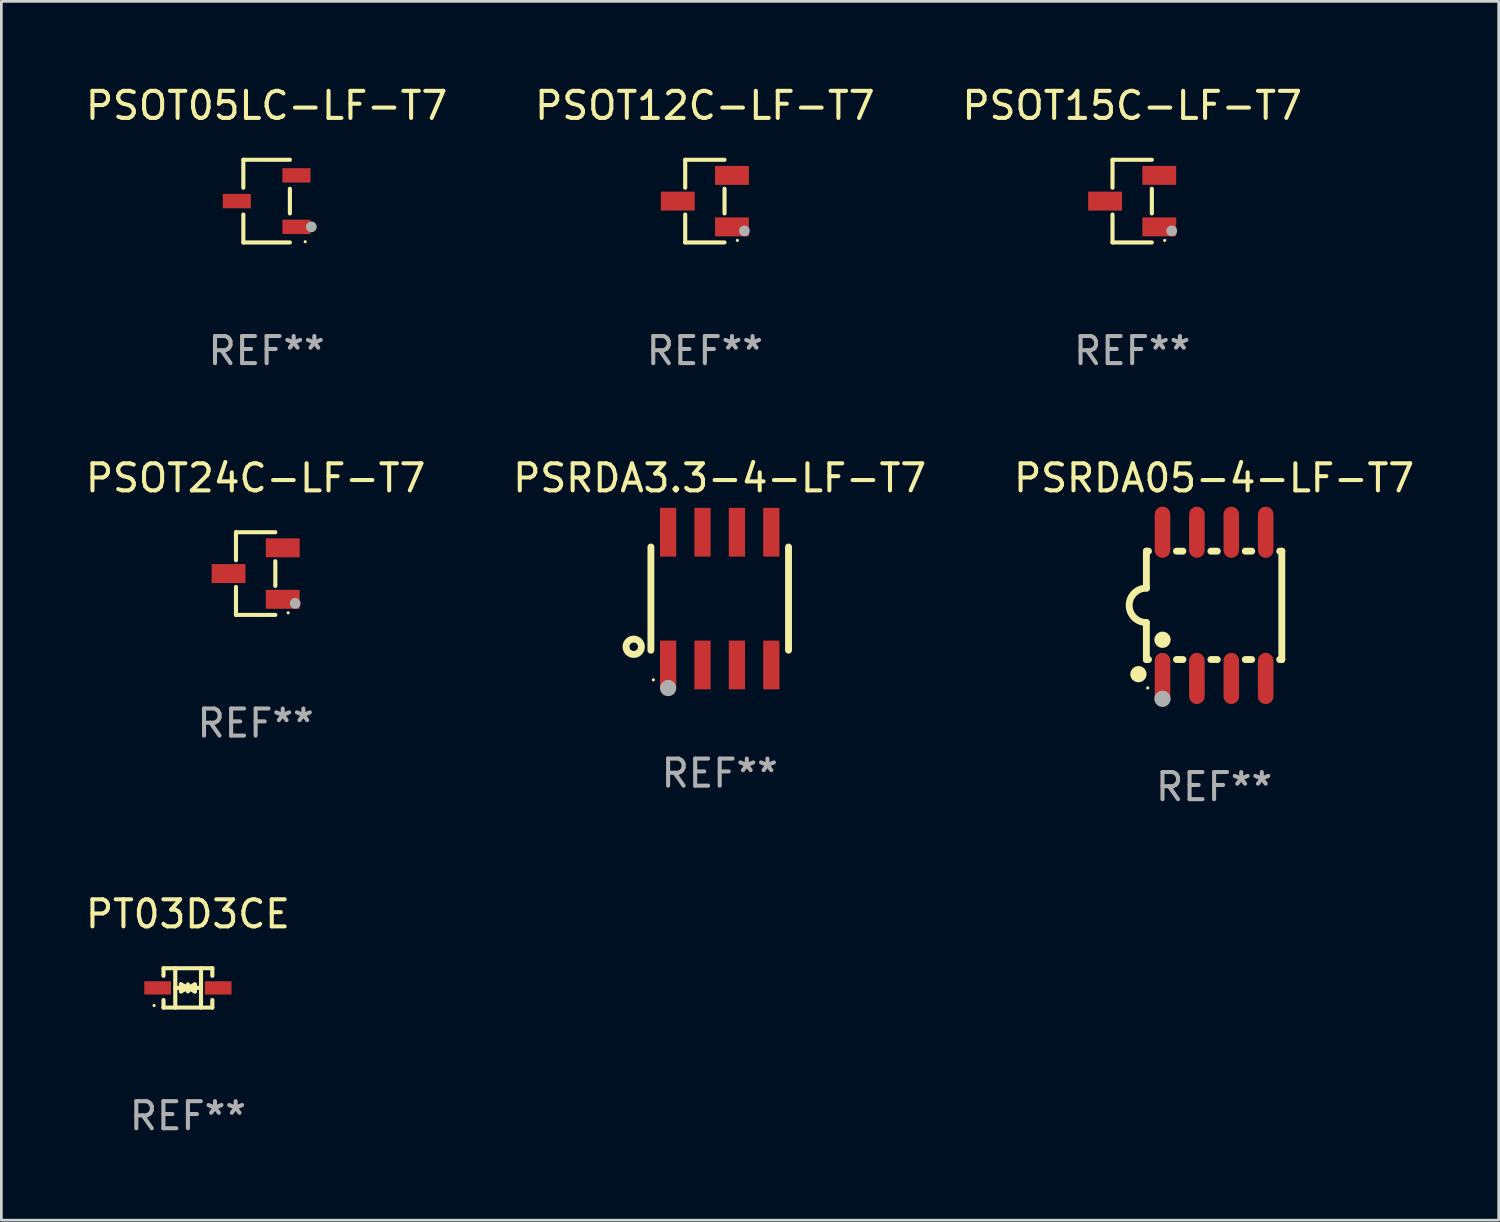
<source format=kicad_pcb>
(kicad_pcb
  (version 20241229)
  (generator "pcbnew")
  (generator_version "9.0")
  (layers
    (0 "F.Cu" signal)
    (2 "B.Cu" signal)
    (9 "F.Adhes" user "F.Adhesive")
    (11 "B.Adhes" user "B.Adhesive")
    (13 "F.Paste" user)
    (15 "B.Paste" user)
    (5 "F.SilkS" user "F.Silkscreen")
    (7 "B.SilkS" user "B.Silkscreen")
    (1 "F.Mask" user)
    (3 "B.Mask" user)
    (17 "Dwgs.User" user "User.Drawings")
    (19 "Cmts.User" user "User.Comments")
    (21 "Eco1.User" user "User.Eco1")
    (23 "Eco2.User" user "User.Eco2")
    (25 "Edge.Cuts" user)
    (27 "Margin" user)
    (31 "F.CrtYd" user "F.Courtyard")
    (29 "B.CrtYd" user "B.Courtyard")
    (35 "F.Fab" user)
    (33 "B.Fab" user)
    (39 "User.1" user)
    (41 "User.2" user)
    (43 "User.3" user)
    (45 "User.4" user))
  (footprint "PT03D3CE"
    (layer "F.Cu")
    (at 3.887 33.418)
    (property "Reference" "PT03D3CE" (at 0 -2.726 0) (layer "F.SilkS") (effects (font (size 1 1) (thickness 0.15))))
    (attr through_hole)
    (fp_line (start -0.901 -0.726) (end -0.901 -0.448) (stroke (width 0.152) (type solid)) (layer "F.SilkS"))
    (fp_line (start -0.901 0.726) (end -0.901 0.448) (stroke (width 0.152) (type solid)) (layer "F.SilkS"))
    (fp_line (start -0.467 0) (end 0.483 -0.003) (stroke (width 0.154) (type solid)) (layer "F.SilkS"))
    (fp_line (start -0.467 0.726) (end -0.467 -0.726) (stroke (width 0.152) (type solid)) (layer "F.SilkS"))
    (fp_line (start -0.254 -0.127) (end -0.254 -0.127) (stroke (width 0.154) (type solid)) (layer "F.SilkS"))
    (fp_line (start -0.254 -0.127) (end -0.002 -0.003) (stroke (width 0.154) (type solid)) (layer "F.SilkS"))
    (fp_line (start -0.254 0.127) (end -0.254 -0.127) (stroke (width 0.154) (type solid)) (layer "F.SilkS"))
    (fp_line (start -0.127 0) (end 0.003 0) (stroke (width 0.154) (type solid)) (layer "F.SilkS"))
    (fp_line (start -0.003 0) (end -0.254 0.127) (stroke (width 0.154) (type solid)) (layer "F.SilkS"))
    (fp_line (start 0 -0.127) (end 0 0.127) (stroke (width 0.154) (type solid)) (layer "F.SilkS"))
    (fp_line (start 0.003 0) (end 0.254 -0.127) (stroke (width 0.154) (type solid)) (layer "F.SilkS"))
    (fp_line (start 0.127 0) (end -0.003 0) (stroke (width 0.154) (type solid)) (layer "F.SilkS"))
    (fp_line (start 0.254 -0.127) (end 0.254 0.127) (stroke (width 0.154) (type solid)) (layer "F.SilkS"))
    (fp_line (start 0.254 0.127) (end 0.002 0.003) (stroke (width 0.154) (type solid)) (layer "F.SilkS"))
    (fp_line (start 0.254 0.127) (end 0.254 0.127) (stroke (width 0.154) (type solid)) (layer "F.SilkS"))
    (fp_line (start 0.483 0.726) (end 0.483 -0.726) (stroke (width 0.152) (type solid)) (layer "F.SilkS"))
    (fp_line (start 0.901 -0.726) (end -0.901 -0.726) (stroke (width 0.152) (type solid)) (layer "F.SilkS"))
    (fp_line (start 0.901 -0.726) (end 0.901 -0.448) (stroke (width 0.152) (type solid)) (layer "F.SilkS"))
    (fp_line (start 0.901 0.726) (end -0.901 0.726) (stroke (width 0.152) (type solid)) (layer "F.SilkS"))
    (fp_line (start 0.901 0.726) (end 0.901 0.448) (stroke (width 0.152) (type solid)) (layer "F.SilkS"))
    (fp_circle (center -1.25 0.65) (end -1.22 0.65) (stroke (width 0.06) (type solid)) (fill no) (layer "F.SilkS"))
    (fp_text user "REF**" (at 0 4.726 0) (layer "F.Fab") (effects (font (size 1 1) (thickness 0.15))))
    (pad "1" smd rect (at -1.118 0) (size 0.985 0.49) (layers "F.Cu" "F.Mask" "F.Paste"))
    (pad "2" smd rect (at 1.118 0) (size 0.985 0.49) (layers "F.Cu" "F.Mask" "F.Paste")))
  (footprint "PSRDA05-4-LF-T7"
    (layer "F.Cu")
    (at 41.768 19.296)
    (property "Reference" "PSRDA05-4-LF-T7" (at 0 -4.699 0) (layer "F.SilkS") (effects (font (size 1 1) (thickness 0.15))))
    (attr through_hole)
    (fp_line (start -2.5 -2) (end -2.5 -0.635) (stroke (width 0.254) (type solid)) (layer "F.SilkS"))
    (fp_line (start -2.5 -2) (end -2.421 -2) (stroke (width 0.254) (type solid)) (layer "F.SilkS"))
    (fp_line (start -2.5 2) (end -2.5 0.635) (stroke (width 0.254) (type solid)) (layer "F.SilkS"))
    (fp_line (start -2.5 2) (end -2.421 2) (stroke (width 0.254) (type solid)) (layer "F.SilkS"))
    (fp_line (start -1.389 -2) (end -1.151 -2) (stroke (width 0.254) (type solid)) (layer "F.SilkS"))
    (fp_line (start -1.389 2) (end -1.151 2) (stroke (width 0.254) (type solid)) (layer "F.SilkS"))
    (fp_line (start -0.119 -2) (end 0.119 -2) (stroke (width 0.254) (type solid)) (layer "F.SilkS"))
    (fp_line (start -0.119 2) (end 0.119 2) (stroke (width 0.254) (type solid)) (layer "F.SilkS"))
    (fp_line (start 1.151 -2) (end 1.389 -2) (stroke (width 0.254) (type solid)) (layer "F.SilkS"))
    (fp_line (start 1.151 2) (end 1.389 2) (stroke (width 0.254) (type solid)) (layer "F.SilkS"))
    (fp_line (start 2.421 -2) (end 2.5 -2) (stroke (width 0.254) (type solid)) (layer "F.SilkS"))
    (fp_line (start 2.421 2) (end 2.5 2) (stroke (width 0.254) (type solid)) (layer "F.SilkS"))
    (fp_line (start 2.5 -2) (end 2.5 2) (stroke (width 0.254) (type solid)) (layer "F.SilkS"))
    (fp_arc (start -2.5 0.635001) (mid -3.134366 -0.000318) (end -2.499365 -0.635001) (stroke (width 0.254001) (type solid)) (layer "F.SilkS"))
    (fp_circle (center -2.794 2.54) (end -2.644 2.54) (stroke (width 0.3) (type solid)) (fill no) (layer "F.SilkS"))
    (fp_circle (center -2.45 3.05) (end -2.42 3.05) (stroke (width 0.06) (type solid)) (fill no) (layer "F.SilkS"))
    (fp_circle (center -1.905 1.27) (end -1.755 1.27) (stroke (width 0.3) (type solid)) (fill no) (layer "F.SilkS"))
    (fp_circle (center -1.905 3.45) (end -1.755 3.45) (stroke (width 0.3) (type solid)) (fill no) (layer "F.Fab"))
    (fp_text user "REF**" (at 0 6.699 0) (layer "F.Fab") (effects (font (size 1 1) (thickness 0.15))))
    (pad "1" smd oval (at -1.905 2.699) (size 0.574 1.888) (layers "F.Cu" "F.Mask" "F.Paste"))
    (pad "2" smd oval (at -0.635 2.699) (size 0.574 1.888) (layers "F.Cu" "F.Mask" "F.Paste"))
    (pad "3" smd oval (at 0.635 2.699) (size 0.574 1.888) (layers "F.Cu" "F.Mask" "F.Paste"))
    (pad "4" smd oval (at 1.905 2.699) (size 0.574 1.888) (layers "F.Cu" "F.Mask" "F.Paste"))
    (pad "5" smd oval (at 1.905 -2.699) (size 0.574 1.888) (layers "F.Cu" "F.Mask" "F.Paste"))
    (pad "6" smd oval (at 0.635 -2.699) (size 0.574 1.888) (layers "F.Cu" "F.Mask" "F.Paste"))
    (pad "7" smd oval (at -0.635 -2.699) (size 0.574 1.888) (layers "F.Cu" "F.Mask" "F.Paste"))
    (pad "8" smd oval (at -1.905 -2.699) (size 0.574 1.888) (layers "F.Cu" "F.Mask" "F.Paste")))
  (footprint "PSOT12C-LF-T7"
    (layer "F.Cu")
    (at 22.97 4.374)
    (property "Reference" "PSOT12C-LF-T7" (at 0 -3.526 0) (layer "F.SilkS") (effects (font (size 1 1) (thickness 0.15))))
    (attr through_hole)
    (fp_line (start -0.726 -1.526) (end -0.726 -0.495) (stroke (width 0.152) (type solid)) (layer "F.SilkS"))
    (fp_line (start -0.726 1.526) (end -0.726 0.495) (stroke (width 0.152) (type solid)) (layer "F.SilkS"))
    (fp_line (start 0.726 -1.526) (end -0.726 -1.526) (stroke (width 0.152) (type solid)) (layer "F.SilkS"))
    (fp_line (start 0.726 -0.455) (end 0.726 0.455) (stroke (width 0.152) (type solid)) (layer "F.SilkS"))
    (fp_line (start 0.726 1.526) (end -0.726 1.526) (stroke (width 0.152) (type solid)) (layer "F.SilkS"))
    (fp_circle (center 1.2 1.45) (end 1.23 1.45) (stroke (width 0.06) (type solid)) (fill no) (layer "F.SilkS"))
    (fp_circle (center 1.46 1.1) (end 1.56 1.1) (stroke (width 0.2) (type solid)) (fill no) (layer "F.Fab"))
    (fp_text user "REF**" (at 0 5.526 0) (layer "F.Fab") (effects (font (size 1 1) (thickness 0.15))))
    (pad "1" smd rect (at 1 0.95) (size 1.25 0.7) (layers "F.Cu" "F.Mask" "F.Paste"))
    (pad "2" smd rect (at 1 -0.95) (size 1.25 0.7) (layers "F.Cu" "F.Mask" "F.Paste"))
    (pad "3" smd rect (at -1 0) (size 1.25 0.7) (layers "F.Cu" "F.Mask" "F.Paste")))
  (footprint "PSOT05LC-LF-T7"
    (layer "F.Cu")
    (at 6.792 4.374)
    (property "Reference" "PSOT05LC-LF-T7" (at 0 -3.526 0) (layer "F.SilkS") (effects (font (size 1 1) (thickness 0.15))))
    (attr through_hole)
    (fp_line (start -0.859 -1.526) (end -0.859 -0.495) (stroke (width 0.152) (type solid)) (layer "F.SilkS"))
    (fp_line (start -0.859 1.526) (end -0.859 0.495) (stroke (width 0.152) (type solid)) (layer "F.SilkS"))
    (fp_line (start 0.859 -1.526) (end -0.859 -1.526) (stroke (width 0.152) (type solid)) (layer "F.SilkS"))
    (fp_line (start 0.859 -0.455) (end 0.859 0.455) (stroke (width 0.152) (type solid)) (layer "F.SilkS"))
    (fp_line (start 0.859 1.526) (end -0.859 1.526) (stroke (width 0.152) (type solid)) (layer "F.SilkS"))
    (fp_circle (center 1.425 1.5) (end 1.455 1.5) (stroke (width 0.06) (type solid)) (fill no) (layer "F.SilkS"))
    (fp_circle (center 1.65 0.95) (end 1.75 0.95) (stroke (width 0.2) (type solid)) (fill no) (layer "F.Fab"))
    (fp_text user "REF**" (at 0 5.526 0) (layer "F.Fab") (effects (font (size 1 1) (thickness 0.15))))
    (pad "1" smd rect (at 1.101 0.95) (size 1.037 0.532) (layers "F.Cu" "F.Mask" "F.Paste"))
    (pad "2" smd rect (at 1.101 -0.95) (size 1.037 0.532) (layers "F.Cu" "F.Mask" "F.Paste"))
    (pad "3" smd rect (at -1.101 0) (size 1.037 0.532) (layers "F.Cu" "F.Mask" "F.Paste")))
  (footprint "PSOT24C-LF-T7"
    (layer "F.Cu")
    (at 6.387 18.123)
    (property "Reference" "PSOT24C-LF-T7" (at 0 -3.526 0) (layer "F.SilkS") (effects (font (size 1 1) (thickness 0.15))))
    (attr through_hole)
    (fp_line (start -0.726 -1.526) (end -0.726 -0.495) (stroke (width 0.152) (type solid)) (layer "F.SilkS"))
    (fp_line (start -0.726 1.526) (end -0.726 0.495) (stroke (width 0.152) (type solid)) (layer "F.SilkS"))
    (fp_line (start 0.726 -1.526) (end -0.726 -1.526) (stroke (width 0.152) (type solid)) (layer "F.SilkS"))
    (fp_line (start 0.726 -0.455) (end 0.726 0.455) (stroke (width 0.152) (type solid)) (layer "F.SilkS"))
    (fp_line (start 0.726 1.526) (end -0.726 1.526) (stroke (width 0.152) (type solid)) (layer "F.SilkS"))
    (fp_circle (center 1.2 1.45) (end 1.23 1.45) (stroke (width 0.06) (type solid)) (fill no) (layer "F.SilkS"))
    (fp_circle (center 1.46 1.1) (end 1.56 1.1) (stroke (width 0.2) (type solid)) (fill no) (layer "F.Fab"))
    (fp_text user "REF**" (at 0 5.526 0) (layer "F.Fab") (effects (font (size 1 1) (thickness 0.15))))
    (pad "1" smd rect (at 1 0.95) (size 1.25 0.7) (layers "F.Cu" "F.Mask" "F.Paste"))
    (pad "2" smd rect (at 1 -0.95) (size 1.25 0.7) (layers "F.Cu" "F.Mask" "F.Paste"))
    (pad "3" smd rect (at -1 0) (size 1.25 0.7) (layers "F.Cu" "F.Mask" "F.Paste")))
  (footprint "PSRDA3.3-4-LF-T7"
    (layer "F.Cu")
    (at 23.518 19.047)
    (property "Reference" "PSRDA3.3-4-LF-T7" (at 0 -4.45 0) (layer "F.SilkS") (effects (font (size 1 1) (thickness 0.15))))
    (attr through_hole)
    (fp_line (start -2.54 -1.905) (end -2.54 1.905) (stroke (width 0.254) (type solid)) (layer "F.SilkS"))
    (fp_line (start 2.54 -1.905) (end 2.54 1.905) (stroke (width 0.254) (type solid)) (layer "F.SilkS"))
    (fp_circle (center -3.175 1.778) (end -2.891 1.778) (stroke (width 0.254) (type solid)) (fill no) (layer "F.SilkS"))
    (fp_circle (center -2.45 3) (end -2.42 3) (stroke (width 0.06) (type solid)) (fill no) (layer "F.SilkS"))
    (fp_circle (center -1.905 3.302) (end -1.755 3.302) (stroke (width 0.3) (type solid)) (fill no) (layer "F.Fab"))
    (fp_text user "REF**" (at 0 6.45 0) (layer "F.Fab") (effects (font (size 1 1) (thickness 0.15))))
    (pad "1" smd rect (at -1.905 2.45) (size 0.6 1.8) (layers "F.Cu" "F.Mask" "F.Paste"))
    (pad "2" smd rect (at -0.635 2.45) (size 0.6 1.8) (layers "F.Cu" "F.Mask" "F.Paste"))
    (pad "3" smd rect (at 0.635 2.45) (size 0.6 1.8) (layers "F.Cu" "F.Mask" "F.Paste"))
    (pad "4" smd rect (at 1.905 2.45) (size 0.6 1.8) (layers "F.Cu" "F.Mask" "F.Paste"))
    (pad "5" smd rect (at 1.905 -2.45 180) (size 0.6 1.8) (layers "F.Cu" "F.Mask" "F.Paste"))
    (pad "6" smd rect (at 0.635 -2.45 180) (size 0.6 1.8) (layers "F.Cu" "F.Mask" "F.Paste"))
    (pad "7" smd rect (at -0.635 -2.45 180) (size 0.6 1.8) (layers "F.Cu" "F.Mask" "F.Paste"))
    (pad "8" smd rect (at -1.905 -2.45 180) (size 0.6 1.8) (layers "F.Cu" "F.Mask" "F.Paste")))
  (footprint "PSOT15C-LF-T7"
    (layer "F.Cu")
    (at 38.744 4.374)
    (property "Reference" "PSOT15C-LF-T7" (at 0 -3.526 0) (layer "F.SilkS") (effects (font (size 1 1) (thickness 0.15))))
    (attr through_hole)
    (fp_line (start -0.726 -1.526) (end -0.726 -0.495) (stroke (width 0.152) (type solid)) (layer "F.SilkS"))
    (fp_line (start -0.726 1.526) (end -0.726 0.495) (stroke (width 0.152) (type solid)) (layer "F.SilkS"))
    (fp_line (start 0.726 -1.526) (end -0.726 -1.526) (stroke (width 0.152) (type solid)) (layer "F.SilkS"))
    (fp_line (start 0.726 -0.455) (end 0.726 0.455) (stroke (width 0.152) (type solid)) (layer "F.SilkS"))
    (fp_line (start 0.726 1.526) (end -0.726 1.526) (stroke (width 0.152) (type solid)) (layer "F.SilkS"))
    (fp_circle (center 1.2 1.45) (end 1.23 1.45) (stroke (width 0.06) (type solid)) (fill no) (layer "F.SilkS"))
    (fp_circle (center 1.46 1.1) (end 1.56 1.1) (stroke (width 0.2) (type solid)) (fill no) (layer "F.Fab"))
    (fp_text user "REF**" (at 0 5.526 0) (layer "F.Fab") (effects (font (size 1 1) (thickness 0.15))))
    (pad "1" smd rect (at 1 0.95) (size 1.25 0.7) (layers "F.Cu" "F.Mask" "F.Paste"))
    (pad "2" smd rect (at 1 -0.95) (size 1.25 0.7) (layers "F.Cu" "F.Mask" "F.Paste"))
    (pad "3" smd rect (at -1 0) (size 1.25 0.7) (layers "F.Cu" "F.Mask" "F.Paste")))
  (gr_rect
    (start -3 -3)
    (end 52.274 41.992)
    (stroke (width 0.1) (type default))
    (fill no)
    (layer "Edge.Cuts")))
</source>
